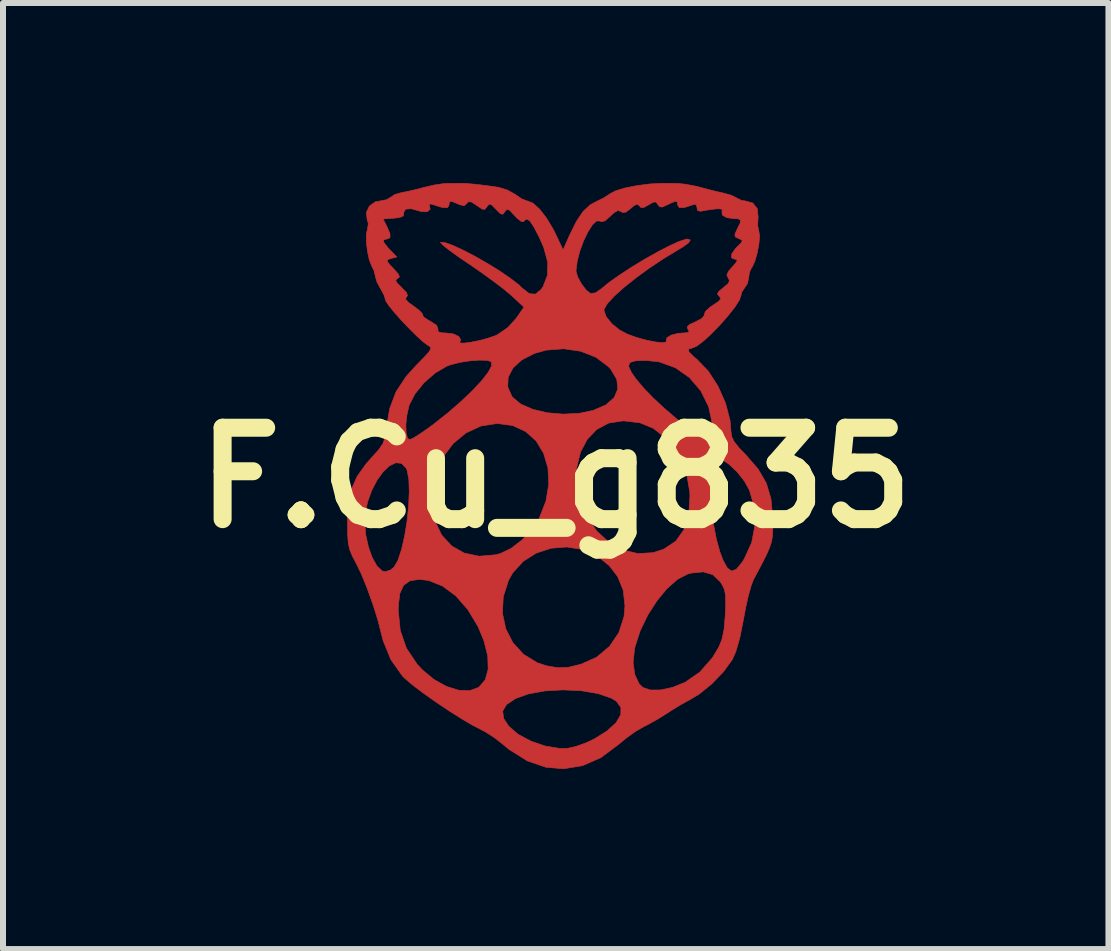
<source format=kicad_pcb>
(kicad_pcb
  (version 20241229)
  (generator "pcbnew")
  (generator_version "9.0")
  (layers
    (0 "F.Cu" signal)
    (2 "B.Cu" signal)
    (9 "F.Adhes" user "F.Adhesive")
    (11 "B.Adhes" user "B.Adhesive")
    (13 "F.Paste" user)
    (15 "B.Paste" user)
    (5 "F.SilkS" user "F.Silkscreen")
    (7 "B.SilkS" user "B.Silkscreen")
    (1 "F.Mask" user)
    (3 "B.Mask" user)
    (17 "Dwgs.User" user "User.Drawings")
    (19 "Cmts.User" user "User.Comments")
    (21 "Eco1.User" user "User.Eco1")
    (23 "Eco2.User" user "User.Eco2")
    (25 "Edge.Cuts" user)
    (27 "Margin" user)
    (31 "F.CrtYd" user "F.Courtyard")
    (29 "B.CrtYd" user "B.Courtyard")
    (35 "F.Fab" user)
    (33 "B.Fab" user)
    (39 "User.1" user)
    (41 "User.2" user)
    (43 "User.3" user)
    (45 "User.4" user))
  (footprint "F.Cu_g835"
    (layer "F.Cu")
    (at 6.212 4.913)
    (property "Reference" "F.Cu_g835" (at 0 0 0) (layer "F.SilkS") (effects (font (size 1.524 1.524) (thickness 0.3))))
    (attr through_hole)
    (fp_poly (pts (xy -1.474 -4.904) (xy -1.323 -4.89) (xy -1.141 -4.868) (xy -0.953 -4.841) (xy -0.808 -4.797) (xy -0.677 -4.725) (xy -0.664 -4.715) (xy -0.565 -4.648) (xy -0.479 -4.615) (xy -0.471 -4.614) (xy -0.379 -4.577) (xy -0.268 -4.476) (xy -0.151 -4.325) (xy -0.04 -4.139) (xy -0.005 -4.068) (xy 0.123 -3.798) (xy 0.229 -4.039) (xy 0.346 -4.275) (xy 0.458 -4.441) (xy 0.577 -4.55) (xy 0.673 -4.602) (xy 0.794 -4.661) (xy 0.889 -4.722) (xy 0.898 -4.73) (xy 0.997 -4.782) (xy 1.157 -4.831) (xy 1.358 -4.87) (xy 1.578 -4.898) (xy 1.793 -4.908) (xy 1.799 -4.908) (xy 1.901 -4.907) (xy 2.028 -4.906) (xy 2.029 -4.906) (xy 2.153 -4.894) (xy 2.314 -4.864) (xy 2.41 -4.841) (xy 2.575 -4.797) (xy 2.736 -4.758) (xy 2.808 -4.742) (xy 2.925 -4.709) (xy 3.008 -4.669) (xy 3.018 -4.662) (xy 3.096 -4.623) (xy 3.159 -4.614) (xy 3.285 -4.579) (xy 3.36 -4.484) (xy 3.374 -4.342) (xy 3.372 -4.326) (xy 3.366 -4.205) (xy 3.384 -4.112) (xy 3.386 -4.107) (xy 3.398 -4.026) (xy 3.386 -3.896) (xy 3.358 -3.747) (xy 3.319 -3.61) (xy 3.276 -3.515) (xy 3.264 -3.501) (xy 3.229 -3.426) (xy 3.217 -3.341) (xy 3.195 -3.236) (xy 3.154 -3.175) (xy 3.1 -3.094) (xy 3.09 -3.047) (xy 3.061 -2.962) (xy 2.982 -2.839) (xy 2.867 -2.694) (xy 2.732 -2.541) (xy 2.59 -2.395) (xy 2.455 -2.273) (xy 2.341 -2.189) (xy 2.265 -2.159) (xy 2.209 -2.144) (xy 2.222 -2.096) (xy 2.308 -2.011) (xy 2.351 -1.976) (xy 2.541 -1.78) (xy 2.705 -1.526) (xy 2.831 -1.242) (xy 2.906 -0.953) (xy 2.921 -0.772) (xy 2.932 -0.688) (xy 2.973 -0.603) (xy 3.055 -0.499) (xy 3.173 -0.377) (xy 3.375 -0.143) (xy 3.51 0.09) (xy 3.587 0.349) (xy 3.617 0.656) (xy 3.618 0.72) (xy 3.618 0.859) (xy 3.613 0.968) (xy 3.597 1.064) (xy 3.564 1.165) (xy 3.51 1.288) (xy 3.428 1.449) (xy 3.313 1.666) (xy 3.296 1.697) (xy 3.257 1.8) (xy 3.211 1.963) (xy 3.166 2.163) (xy 3.131 2.351) (xy 3.069 2.664) (xy 3.003 2.895) (xy 2.943 3.03) (xy 2.794 3.235) (xy 2.6 3.436) (xy 2.39 3.606) (xy 2.252 3.689) (xy 2.092 3.777) (xy 1.922 3.881) (xy 1.863 3.92) (xy 1.705 4.019) (xy 1.531 4.116) (xy 1.47 4.146) (xy 1.33 4.227) (xy 1.17 4.342) (xy 1.04 4.45) (xy 0.751 4.665) (xy 0.447 4.798) (xy 0.13 4.85) (xy -0.165 4.824) (xy -0.472 4.719) (xy -0.774 4.53) (xy -0.883 4.44) (xy -1.022 4.331) (xy -1.17 4.236) (xy -1.246 4.196) (xy -1.393 4.12) (xy -1.582 4.008) (xy -1.769 3.889) (xy -0.884 3.889) (xy -0.867 4.013) (xy -0.784 4.14) (xy -0.626 4.276) (xy -0.412 4.39) (xy -0.172 4.472) (xy 0.067 4.511) (xy 0.205 4.508) (xy 0.343 4.476) (xy 0.511 4.415) (xy 0.641 4.354) (xy 0.859 4.217) (xy 1.007 4.081) (xy 1.084 3.949) (xy 1.087 3.829) (xy 1.013 3.726) (xy 0.931 3.674) (xy 0.703 3.596) (xy 0.425 3.549) (xy 0.122 3.535) (xy -0.18 3.552) (xy -0.455 3.602) (xy -0.672 3.68) (xy -0.82 3.78) (xy -0.884 3.889) (xy -1.769 3.889) (xy -1.794 3.873) (xy -2.012 3.727) (xy -2.217 3.581) (xy -2.392 3.448) (xy -2.519 3.339) (xy -2.555 3.303) (xy -2.747 3.031) (xy -2.876 2.717) (xy -2.9 2.623) (xy -2.962 2.38) (xy -3.016 2.205) (xy -2.625 2.205) (xy -2.591 2.545) (xy -2.488 2.842) (xy -2.309 3.108) (xy -2.222 3.202) (xy -2.027 3.363) (xy -1.82 3.478) (xy -1.616 3.541) (xy -1.432 3.547) (xy -1.283 3.493) (xy -1.283 3.492) (xy -1.175 3.368) (xy -1.126 3.19) (xy -1.133 2.969) (xy -1.197 2.714) (xy -1.294 2.481) (xy -1.428 2.258) (xy -0.888 2.258) (xy -0.832 2.518) (xy -0.713 2.75) (xy -0.536 2.943) (xy -0.307 3.083) (xy -0.148 3.135) (xy 0.037 3.166) (xy 0.211 3.158) (xy 0.417 3.109) (xy 0.418 3.109) (xy 0.479 3.082) (xy 1.29 3.082) (xy 1.318 3.281) (xy 1.391 3.435) (xy 1.451 3.494) (xy 1.575 3.537) (xy 1.748 3.536) (xy 1.948 3.493) (xy 2.154 3.41) (xy 2.158 3.408) (xy 2.402 3.239) (xy 2.611 3) (xy 2.717 2.825) (xy 2.771 2.693) (xy 2.805 2.531) (xy 2.824 2.316) (xy 2.827 2.265) (xy 2.833 2.078) (xy 2.829 1.951) (xy 2.811 1.862) (xy 2.776 1.786) (xy 2.744 1.736) (xy 2.621 1.616) (xy 2.46 1.568) (xy 2.255 1.589) (xy 2.199 1.604) (xy 2.03 1.692) (xy 1.855 1.846) (xy 1.686 2.051) (xy 1.533 2.29) (xy 1.408 2.549) (xy 1.323 2.81) (xy 1.313 2.854) (xy 1.29 3.082) (xy 0.479 3.082) (xy 0.683 2.99) (xy 0.897 2.81) (xy 1.052 2.581) (xy 1.138 2.315) (xy 1.154 2.137) (xy 1.125 1.874) (xy 1.034 1.65) (xy 0.895 1.467) (xy 0.685 1.297) (xy 0.443 1.194) (xy 0.184 1.153) (xy -0.077 1.174) (xy -0.324 1.255) (xy -0.543 1.393) (xy -0.717 1.585) (xy -0.786 1.706) (xy -0.874 1.983) (xy -0.888 2.258) (xy -1.428 2.258) (xy -1.465 2.197) (xy -1.665 1.968) (xy -1.887 1.804) (xy -2.12 1.711) (xy -2.275 1.693) (xy -2.429 1.717) (xy -2.535 1.792) (xy -2.598 1.928) (xy -2.623 2.132) (xy -2.625 2.205) (xy -3.016 2.205) (xy -3.047 2.108) (xy -3.144 1.838) (xy -3.242 1.597) (xy -3.319 1.439) (xy -3.388 1.308) (xy -3.432 1.202) (xy -3.457 1.096) (xy -3.467 0.962) (xy -3.47 0.774) (xy -3.47 0.741) (xy -3.47 0.735) (xy -3.184 0.735) (xy -3.167 0.948) (xy -3.122 1.152) (xy -3.057 1.333) (xy -2.978 1.472) (xy -2.892 1.553) (xy -2.842 1.566) (xy -2.754 1.537) (xy -2.695 1.489) (xy -2.629 1.375) (xy -2.57 1.197) (xy -2.519 0.974) (xy -2.478 0.726) (xy -2.452 0.472) (xy -2.45 0.428) (xy -2.066 0.428) (xy -2.015 0.715) (xy -1.902 0.953) (xy -1.736 1.135) (xy -1.525 1.255) (xy -1.278 1.307) (xy -1.005 1.284) (xy -0.923 1.263) (xy -0.744 1.177) (xy -0.559 1.035) (xy -0.394 0.859) (xy -0.277 0.681) (xy -0.163 0.388) (xy -0.115 0.102) (xy -0.116 0.096) (xy 0.349 0.096) (xy 0.401 0.365) (xy 0.521 0.653) (xy 0.688 0.893) (xy 0.893 1.078) (xy 1.124 1.204) (xy 1.371 1.263) (xy 1.624 1.248) (xy 1.803 1.189) (xy 2.001 1.056) (xy 2.139 0.863) (xy 2.218 0.611) (xy 2.237 0.303) (xy 2.234 0.238) (xy 2.21 0.096) (xy 2.583 0.096) (xy 2.585 0.312) (xy 2.601 0.546) (xy 2.632 0.787) (xy 2.677 1.021) (xy 2.736 1.235) (xy 2.791 1.379) (xy 2.862 1.506) (xy 2.933 1.555) (xy 3.011 1.524) (xy 3.104 1.412) (xy 3.141 1.354) (xy 3.266 1.08) (xy 3.322 0.784) (xy 3.31 0.487) (xy 3.229 0.208) (xy 3.147 0.059) (xy 3.022 -0.1) (xy 2.879 -0.234) (xy 2.744 -0.318) (xy 2.735 -0.321) (xy 2.673 -0.309) (xy 2.627 -0.227) (xy 2.597 -0.088) (xy 2.583 0.096) (xy 2.21 0.096) (xy 2.176 -0.1) (xy 2.049 -0.392) (xy 1.848 -0.647) (xy 1.831 -0.664) (xy 1.626 -0.825) (xy 1.403 -0.917) (xy 1.137 -0.948) (xy 1.116 -0.948) (xy 0.883 -0.912) (xy 0.684 -0.806) (xy 0.526 -0.641) (xy 0.413 -0.429) (xy 0.352 -0.18) (xy 0.349 0.096) (xy -0.116 0.096) (xy -0.13 -0.166) (xy -0.202 -0.408) (xy -0.326 -0.613) (xy -0.5 -0.77) (xy -0.718 -0.871) (xy -0.976 -0.905) (xy -0.977 -0.905) (xy -1.249 -0.862) (xy -1.496 -0.747) (xy -1.71 -0.57) (xy -1.882 -0.342) (xy -2.002 -0.073) (xy -2.063 0.226) (xy -2.066 0.428) (xy -2.45 0.428) (xy -2.441 0.233) (xy -2.448 0.029) (xy -2.476 -0.121) (xy -2.491 -0.159) (xy -2.568 -0.24) (xy -2.663 -0.251) (xy -2.768 -0.201) (xy -2.875 -0.101) (xy -2.978 0.04) (xy -3.067 0.211) (xy -3.136 0.403) (xy -3.177 0.605) (xy -3.184 0.735) (xy -3.47 0.735) (xy -3.456 0.44) (xy -3.406 0.194) (xy -3.31 -0.022) (xy -3.16 -0.233) (xy -3.056 -0.35) (xy -2.944 -0.475) (xy -2.878 -0.574) (xy -2.843 -0.678) (xy -2.824 -0.82) (xy -2.822 -0.831) (xy -2.814 -0.882) (xy -2.498 -0.882) (xy -2.493 -0.749) (xy -2.47 -0.66) (xy -2.437 -0.635) (xy -2.378 -0.659) (xy -2.272 -0.725) (xy -2.134 -0.82) (xy -2.045 -0.885) (xy -1.8 -1.079) (xy -1.578 -1.272) (xy -1.386 -1.455) (xy -1.33 -1.515) (xy -0.8 -1.515) (xy -0.73 -1.357) (xy -0.719 -1.342) (xy -0.582 -1.228) (xy -0.383 -1.141) (xy -0.142 -1.084) (xy 0.122 -1.061) (xy 0.39 -1.074) (xy 0.624 -1.123) (xy 0.835 -1.214) (xy 0.973 -1.335) (xy 1.035 -1.479) (xy 1.018 -1.639) (xy 0.921 -1.805) (xy 0.88 -1.851) (xy 0.87 -1.859) (xy 1.214 -1.859) (xy 1.262 -1.755) (xy 1.344 -1.639) (xy 1.47 -1.49) (xy 1.63 -1.325) (xy 1.812 -1.156) (xy 2.001 -0.994) (xy 2.184 -0.85) (xy 2.348 -0.734) (xy 2.479 -0.66) (xy 2.556 -0.636) (xy 2.601 -0.644) (xy 2.621 -0.682) (xy 2.623 -0.771) (xy 2.614 -0.881) (xy 2.549 -1.184) (xy 2.417 -1.451) (xy 2.229 -1.67) (xy 1.995 -1.834) (xy 1.724 -1.932) (xy 1.503 -1.956) (xy 1.33 -1.95) (xy 1.235 -1.921) (xy 1.214 -1.859) (xy 0.87 -1.859) (xy 0.671 -2.008) (xy 0.416 -2.109) (xy 0.134 -2.15) (xy -0.157 -2.128) (xy -0.356 -2.072) (xy -0.565 -1.965) (xy -0.712 -1.83) (xy -0.792 -1.676) (xy -0.8 -1.515) (xy -1.33 -1.515) (xy -1.231 -1.621) (xy -1.123 -1.761) (xy -1.067 -1.868) (xy -1.072 -1.932) (xy -1.073 -1.934) (xy -1.143 -1.957) (xy -1.271 -1.961) (xy -1.431 -1.949) (xy -1.6 -1.923) (xy -1.752 -1.884) (xy -1.814 -1.861) (xy -2.01 -1.746) (xy -2.195 -1.584) (xy -2.346 -1.398) (xy -2.442 -1.212) (xy -2.447 -1.195) (xy -2.482 -1.038) (xy -2.498 -0.882) (xy -2.814 -0.882) (xy -2.766 -1.157) (xy -2.661 -1.434) (xy -2.494 -1.687) (xy -2.325 -1.874) (xy -2.194 -2.007) (xy -2.116 -2.093) (xy -2.084 -2.146) (xy -2.089 -2.179) (xy -2.124 -2.205) (xy -2.131 -2.208) (xy -2.207 -2.264) (xy -2.315 -2.362) (xy -2.441 -2.487) (xy -2.571 -2.623) (xy -2.688 -2.755) (xy -2.78 -2.868) (xy -2.831 -2.944) (xy -2.837 -2.963) (xy -2.859 -3.04) (xy -2.913 -3.142) (xy -2.921 -3.154) (xy -2.978 -3.26) (xy -3.005 -3.35) (xy -3.005 -3.356) (xy -3.028 -3.45) (xy -3.065 -3.526) (xy -3.106 -3.627) (xy -3.137 -3.77) (xy -3.155 -3.924) (xy -3.157 -4.059) (xy -3.138 -4.143) (xy -3.137 -4.145) (xy -3.123 -4.237) (xy -3.143 -4.302) (xy -3.144 -4.313) (xy -2.878 -4.313) (xy -2.815 -4.191) (xy -2.762 -4.067) (xy -2.762 -4) (xy -2.815 -3.979) (xy -2.815 -3.979) (xy -2.869 -3.966) (xy -2.863 -3.92) (xy -2.794 -3.832) (xy -2.763 -3.8) (xy -2.648 -3.68) (xy -2.745 -3.655) (xy -2.801 -3.636) (xy -2.81 -3.609) (xy -2.769 -3.555) (xy -2.705 -3.488) (xy -2.626 -3.399) (xy -2.604 -3.35) (xy -2.633 -3.322) (xy -2.636 -3.321) (xy -2.667 -3.295) (xy -2.645 -3.248) (xy -2.569 -3.172) (xy -2.487 -3.087) (xy -2.47 -3.035) (xy -2.489 -3.013) (xy -2.503 -2.977) (xy -2.45 -2.919) (xy -2.371 -2.863) (xy -2.275 -2.791) (xy -2.223 -2.734) (xy -2.219 -2.715) (xy -2.199 -2.677) (xy -2.122 -2.626) (xy -2.09 -2.609) (xy -1.984 -2.541) (xy -1.962 -2.478) (xy -1.963 -2.475) (xy -1.96 -2.434) (xy -1.897 -2.416) (xy -1.824 -2.413) (xy -1.703 -2.397) (xy -1.616 -2.355) (xy -1.583 -2.301) (xy -1.598 -2.266) (xy -1.59 -2.245) (xy -1.521 -2.245) (xy -1.409 -2.26) (xy -1.275 -2.287) (xy -1.138 -2.323) (xy -1.018 -2.364) (xy -0.974 -2.383) (xy -0.795 -2.506) (xy -0.656 -2.661) (xy -0.529 -2.845) (xy -0.746 -3.045) (xy -0.865 -3.145) (xy -1.034 -3.274) (xy -1.232 -3.417) (xy -1.437 -3.559) (xy -1.465 -3.577) (xy -1.639 -3.696) (xy -1.781 -3.799) (xy -1.878 -3.876) (xy -1.919 -3.92) (xy -1.917 -3.926) (xy -1.84 -3.918) (xy -1.708 -3.87) (xy -1.537 -3.791) (xy -1.342 -3.689) (xy -1.137 -3.572) (xy -0.939 -3.45) (xy -0.762 -3.329) (xy -0.62 -3.22) (xy -0.554 -3.157) (xy -0.439 -3.068) (xy -0.337 -3.061) (xy -0.243 -3.138) (xy -0.211 -3.186) (xy -0.137 -3.376) (xy -0.136 -3.442) (xy 0.339 -3.442) (xy 0.365 -3.349) (xy 0.428 -3.233) (xy 0.507 -3.129) (xy 0.579 -3.072) (xy 0.663 -3.082) (xy 0.758 -3.148) (xy 0.887 -3.254) (xy 1.061 -3.377) (xy 1.263 -3.509) (xy 1.479 -3.64) (xy 1.693 -3.761) (xy 1.89 -3.863) (xy 2.054 -3.938) (xy 2.17 -3.976) (xy 2.197 -3.979) (xy 2.243 -3.963) (xy 2.215 -3.917) (xy 2.119 -3.847) (xy 2.063 -3.814) (xy 1.812 -3.662) (xy 1.566 -3.499) (xy 1.338 -3.333) (xy 1.137 -3.173) (xy 0.975 -3.027) (xy 0.861 -2.904) (xy 0.807 -2.812) (xy 0.804 -2.793) (xy 0.84 -2.686) (xy 0.935 -2.568) (xy 1.067 -2.461) (xy 1.196 -2.393) (xy 1.353 -2.337) (xy 1.514 -2.293) (xy 1.66 -2.264) (xy 1.774 -2.252) (xy 1.838 -2.261) (xy 1.843 -2.284) (xy 1.852 -2.332) (xy 1.924 -2.377) (xy 2.035 -2.406) (xy 2.119 -2.413) (xy 2.207 -2.419) (xy 2.223 -2.444) (xy 2.205 -2.471) (xy 2.19 -2.515) (xy 2.232 -2.555) (xy 2.326 -2.598) (xy 2.434 -2.654) (xy 2.476 -2.707) (xy 2.475 -2.719) (xy 2.495 -2.773) (xy 2.573 -2.844) (xy 2.621 -2.876) (xy 2.719 -2.943) (xy 2.752 -2.987) (xy 2.729 -3.022) (xy 2.725 -3.025) (xy 2.695 -3.063) (xy 2.721 -3.109) (xy 2.794 -3.169) (xy 2.877 -3.239) (xy 2.896 -3.29) (xy 2.875 -3.328) (xy 2.852 -3.38) (xy 2.881 -3.444) (xy 2.944 -3.515) (xy 3.013 -3.596) (xy 3.024 -3.633) (xy 2.992 -3.641) (xy 2.931 -3.665) (xy 2.933 -3.73) (xy 2.997 -3.822) (xy 3.029 -3.854) (xy 3.098 -3.923) (xy 3.108 -3.958) (xy 3.063 -3.982) (xy 3.048 -3.988) (xy 2.992 -4.016) (xy 2.986 -4.059) (xy 3.025 -4.146) (xy 3.076 -4.251) (xy 3.079 -4.301) (xy 3.031 -4.317) (xy 2.974 -4.319) (xy 2.849 -4.336) (xy 2.776 -4.38) (xy 2.77 -4.439) (xy 2.773 -4.445) (xy 2.773 -4.477) (xy 2.708 -4.484) (xy 2.641 -4.478) (xy 2.517 -4.461) (xy 2.424 -4.444) (xy 2.413 -4.442) (xy 2.362 -4.456) (xy 2.356 -4.501) (xy 2.34 -4.556) (xy 2.299 -4.554) (xy 2.147 -4.505) (xy 2.06 -4.502) (xy 2.032 -4.545) (xy 2.032 -4.546) (xy 2.025 -4.599) (xy 1.99 -4.608) (xy 1.909 -4.574) (xy 1.863 -4.551) (xy 1.775 -4.512) (xy 1.729 -4.518) (xy 1.702 -4.556) (xy 1.668 -4.598) (xy 1.621 -4.592) (xy 1.548 -4.549) (xy 1.463 -4.502) (xy 1.416 -4.507) (xy 1.396 -4.532) (xy 1.359 -4.561) (xy 1.303 -4.535) (xy 1.252 -4.491) (xy 1.168 -4.426) (xy 1.108 -4.424) (xy 1.088 -4.438) (xy 1.036 -4.455) (xy 0.968 -4.416) (xy 0.91 -4.36) (xy 0.821 -4.282) (xy 0.76 -4.267) (xy 0.735 -4.28) (xy 0.68 -4.28) (xy 0.611 -4.215) (xy 0.537 -4.099) (xy 0.465 -3.95) (xy 0.403 -3.783) (xy 0.359 -3.615) (xy 0.339 -3.461) (xy 0.339 -3.442) (xy -0.136 -3.442) (xy -0.133 -3.593) (xy -0.201 -3.842) (xy -0.278 -4.016) (xy -0.366 -4.183) (xy -0.43 -4.279) (xy -0.478 -4.313) (xy -0.518 -4.292) (xy -0.531 -4.272) (xy -0.574 -4.271) (xy -0.65 -4.333) (xy -0.682 -4.367) (xy -0.759 -4.451) (xy -0.805 -4.476) (xy -0.838 -4.451) (xy -0.848 -4.434) (xy -0.883 -4.392) (xy -0.923 -4.402) (xy -0.992 -4.471) (xy -0.997 -4.477) (xy -1.068 -4.549) (xy -1.109 -4.562) (xy -1.143 -4.523) (xy -1.145 -4.519) (xy -1.18 -4.475) (xy -1.223 -4.477) (xy -1.302 -4.529) (xy -1.316 -4.539) (xy -1.405 -4.597) (xy -1.455 -4.601) (xy -1.481 -4.573) (xy -1.524 -4.536) (xy -1.595 -4.549) (xy -1.629 -4.564) (xy -1.725 -4.604) (xy -1.767 -4.605) (xy -1.778 -4.564) (xy -1.778 -4.546) (xy -1.803 -4.503) (xy -1.885 -4.503) (xy -2.029 -4.548) (xy -2.056 -4.558) (xy -2.107 -4.565) (xy -2.105 -4.545) (xy -2.093 -4.474) (xy -2.143 -4.433) (xy -2.235 -4.435) (xy -2.261 -4.443) (xy -2.406 -4.484) (xy -2.5 -4.478) (xy -2.533 -4.427) (xy -2.531 -4.413) (xy -2.54 -4.364) (xy -2.601 -4.338) (xy -2.699 -4.326) (xy -2.878 -4.313) (xy -3.144 -4.313) (xy -3.157 -4.421) (xy -3.105 -4.529) (xy -3.005 -4.6) (xy -2.925 -4.614) (xy -2.82 -4.634) (xy -2.755 -4.673) (xy -2.681 -4.721) (xy -2.57 -4.753) (xy -2.452 -4.776) (xy -2.295 -4.813) (xy -2.192 -4.841) (xy -2.027 -4.879) (xy -1.868 -4.903) (xy -1.79 -4.907) (xy -1.667 -4.906) (xy -1.575 -4.908) (xy -1.566 -4.908) (xy -1.474 -4.904)) (stroke (width 0.01) (type solid)) (fill yes) (layer "F.Cu")))
  (gr_rect
    (start -3 -3)
    (end 15.424 12.768)
    (stroke (width 0.1) (type default))
    (fill no)
    (layer "Edge.Cuts")))
</source>
